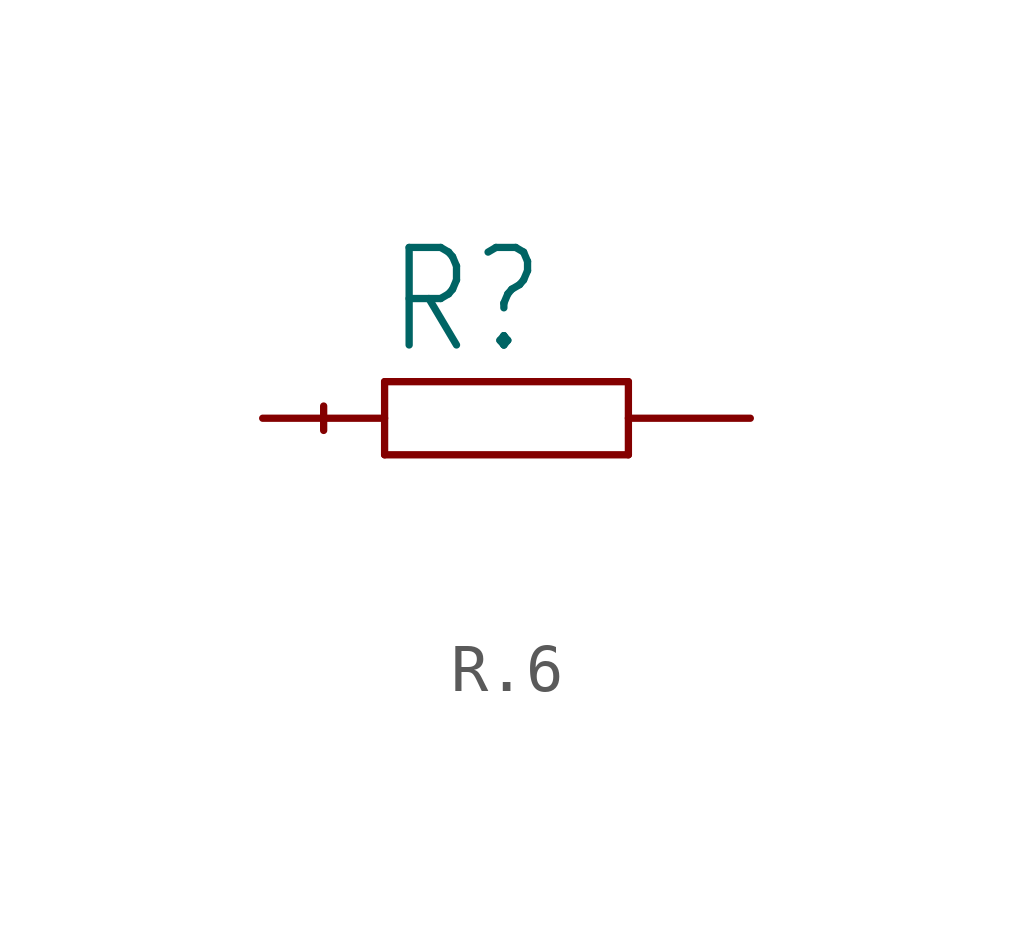
<source format=kicad_sym>
(kicad_symbol_lib
  (version 20241209)
  (generator "kicad_symbol_editor")
  (generator_version "9.0")
  (symbol "R.6"
    (property "Reference" "R"
      (at -2.54 1.27 0)
      (effects (font (size 2.032 1.727)) (justify left bottom)))
    (property "Value" ""
      (at -3.81 -3.556 0)
      (effects (font (size 2.032 1.727)) (justify left bottom)))
    (property "ki_locked" ""
      (at 0 0 0)
      (effects (font (size 1.27 1.27))))
    (symbol "R.6_1_0"
      (polyline (pts (xy -3.81 0.254) (xy -3.81 -0.254)) (stroke (width 0.152) (type solid)) (fill (type none)))
      (polyline (pts (xy -2.54 0.762) (xy -2.54 -0.762)) (stroke (width 0.152) (type solid)) (fill (type none)))
      (polyline (pts (xy -2.54 -0.762) (xy 2.54 -0.762)) (stroke (width 0.152) (type solid)) (fill (type none)))
      (polyline (pts (xy 2.54 0.762) (xy -2.54 0.762)) (stroke (width 0.152) (type solid)) (fill (type none)))
      (polyline (pts (xy 2.54 -0.762) (xy 2.54 0.762)) (stroke (width 0.152) (type solid)) (fill (type none)))
      (pin passive line (at -5.08 0 0) (length 2.54) (name "1" (effects (font (size 0 0)))) (number "1" (effects (font (size 0 0)))))
      (pin passive line (at 5.08 0 180) (length 2.54) (name "2" (effects (font (size 0 0)))) (number "2" (effects (font (size 0 0))))))))
</source>
